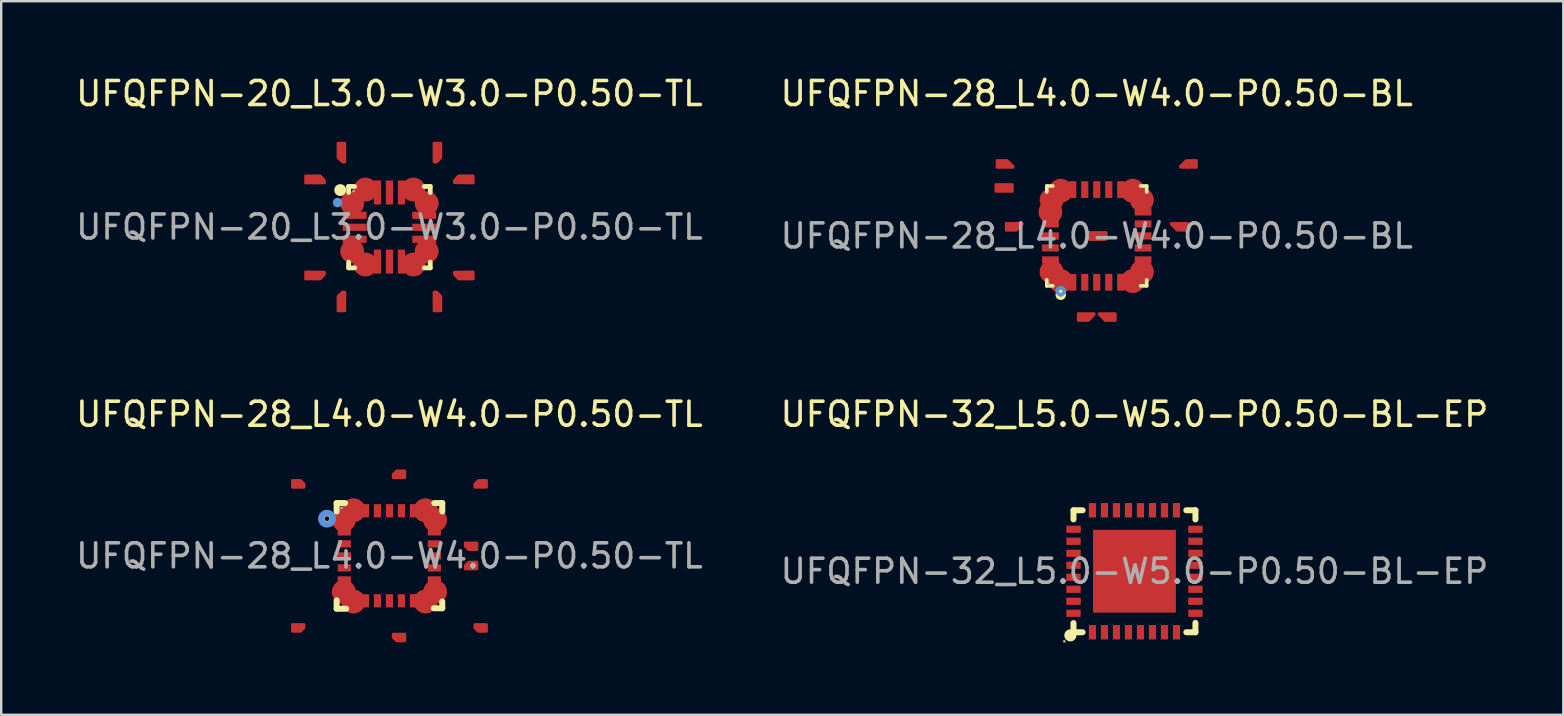
<source format=kicad_pcb>
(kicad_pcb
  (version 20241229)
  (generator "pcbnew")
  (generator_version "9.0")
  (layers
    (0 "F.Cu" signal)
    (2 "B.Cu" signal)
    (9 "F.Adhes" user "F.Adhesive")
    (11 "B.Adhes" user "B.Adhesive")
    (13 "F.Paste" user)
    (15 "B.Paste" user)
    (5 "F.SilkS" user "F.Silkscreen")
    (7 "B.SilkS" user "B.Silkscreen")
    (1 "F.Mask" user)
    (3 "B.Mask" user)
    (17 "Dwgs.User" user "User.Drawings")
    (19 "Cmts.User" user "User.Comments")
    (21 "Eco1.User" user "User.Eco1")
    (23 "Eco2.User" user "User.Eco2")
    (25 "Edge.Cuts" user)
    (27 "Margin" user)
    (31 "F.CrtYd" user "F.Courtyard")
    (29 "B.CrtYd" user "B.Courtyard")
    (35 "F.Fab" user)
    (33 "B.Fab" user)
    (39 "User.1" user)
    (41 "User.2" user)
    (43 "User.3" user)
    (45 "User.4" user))
  (footprint "UFQFPN-32_L5.0-W5.0-P0.50-BL-EP"
    (layer "F.Cu")
    (at 44.208 20.747)
    (property "Reference" "UFQFPN-32_L5.0-W5.0-P0.50-BL-EP" (at 0 -6.54 0) (layer "F.SilkS") (effects (font (size 1 1) (thickness 0.15))))
    (attr through_hole)
    (fp_line (start -2.54 -2.54) (end -2.16 -2.54) (stroke (width 0.25) (type solid)) (layer "F.SilkS"))
    (fp_line (start -2.54 -2.16) (end -2.54 -2.54) (stroke (width 0.25) (type solid)) (layer "F.SilkS"))
    (fp_line (start -2.54 2.54) (end -2.54 2.16) (stroke (width 0.25) (type solid)) (layer "F.SilkS"))
    (fp_line (start -2.16 2.54) (end -2.54 2.54) (stroke (width 0.25) (type solid)) (layer "F.SilkS"))
    (fp_line (start 2.16 -2.54) (end 2.54 -2.54) (stroke (width 0.25) (type solid)) (layer "F.SilkS"))
    (fp_line (start 2.54 -2.54) (end 2.54 -2.16) (stroke (width 0.25) (type solid)) (layer "F.SilkS"))
    (fp_line (start 2.54 2.15) (end 2.54 2.54) (stroke (width 0.25) (type solid)) (layer "F.SilkS"))
    (fp_line (start 2.54 2.54) (end 2.16 2.54) (stroke (width 0.25) (type solid)) (layer "F.SilkS"))
    (fp_circle (center -2.67 2.67) (end -2.54 2.67) (stroke (width 0.25) (type solid)) (fill no) (layer "F.SilkS"))
    (fp_circle (center -2.92 2.92) (end -2.89 2.92) (stroke (width 0.06) (type solid)) (fill no) (layer "F.Fab"))
    (fp_text user "${REFERENCE}" (at 0 0 0) (layer "F.Fab") (effects (font (size 1 1) (thickness 0.15))))
    (pad "1" smd rect (at -1.75 2.54 90) (size 0.6 0.3) (layers "F.Cu" "F.Mask" "F.Paste"))
    (pad "2" smd rect (at -1.25 2.54 90) (size 0.6 0.3) (layers "F.Cu" "F.Mask" "F.Paste"))
    (pad "3" smd rect (at -0.75 2.54 90) (size 0.6 0.3) (layers "F.Cu" "F.Mask" "F.Paste"))
    (pad "4" smd rect (at -0.25 2.54 90) (size 0.6 0.3) (layers "F.Cu" "F.Mask" "F.Paste"))
    (pad "5" smd rect (at 0.25 2.54 90) (size 0.6 0.3) (layers "F.Cu" "F.Mask" "F.Paste"))
    (pad "6" smd rect (at 0.75 2.54 90) (size 0.6 0.3) (layers "F.Cu" "F.Mask" "F.Paste"))
    (pad "7" smd rect (at 1.25 2.54 90) (size 0.6 0.3) (layers "F.Cu" "F.Mask" "F.Paste"))
    (pad "8" smd rect (at 1.75 2.54 90) (size 0.6 0.3) (layers "F.Cu" "F.Mask" "F.Paste"))
    (pad "9" smd rect (at 2.54 1.75 180) (size 0.6 0.3) (layers "F.Cu" "F.Mask" "F.Paste"))
    (pad "10" smd rect (at 2.54 1.25 180) (size 0.6 0.3) (layers "F.Cu" "F.Mask" "F.Paste"))
    (pad "11" smd rect (at 2.54 0.75 180) (size 0.6 0.3) (layers "F.Cu" "F.Mask" "F.Paste"))
    (pad "12" smd rect (at 2.54 0.25 180) (size 0.6 0.3) (layers "F.Cu" "F.Mask" "F.Paste"))
    (pad "13" smd rect (at 2.54 -0.25 180) (size 0.6 0.3) (layers "F.Cu" "F.Mask" "F.Paste"))
    (pad "14" smd rect (at 2.54 -0.75 180) (size 0.6 0.3) (layers "F.Cu" "F.Mask" "F.Paste"))
    (pad "15" smd rect (at 2.54 -1.25 180) (size 0.6 0.3) (layers "F.Cu" "F.Mask" "F.Paste"))
    (pad "16" smd rect (at 2.54 -1.75 180) (size 0.6 0.3) (layers "F.Cu" "F.Mask" "F.Paste"))
    (pad "17" smd rect (at 1.75 -2.54 270) (size 0.6 0.3) (layers "F.Cu" "F.Mask" "F.Paste"))
    (pad "18" smd rect (at 1.25 -2.54 270) (size 0.6 0.3) (layers "F.Cu" "F.Mask" "F.Paste"))
    (pad "19" smd rect (at 0.75 -2.54 270) (size 0.6 0.3) (layers "F.Cu" "F.Mask" "F.Paste"))
    (pad "20" smd rect (at 0.25 -2.54 270) (size 0.6 0.3) (layers "F.Cu" "F.Mask" "F.Paste"))
    (pad "21" smd rect (at -0.25 -2.54 270) (size 0.6 0.3) (layers "F.Cu" "F.Mask" "F.Paste"))
    (pad "22" smd rect (at -0.75 -2.54 270) (size 0.6 0.3) (layers "F.Cu" "F.Mask" "F.Paste"))
    (pad "23" smd rect (at -1.25 -2.54 270) (size 0.6 0.3) (layers "F.Cu" "F.Mask" "F.Paste"))
    (pad "24" smd rect (at -1.75 -2.54 270) (size 0.6 0.3) (layers "F.Cu" "F.Mask" "F.Paste"))
    (pad "25" smd rect (at -2.54 -1.75) (size 0.6 0.3) (layers "F.Cu" "F.Mask" "F.Paste"))
    (pad "26" smd rect (at -2.54 -1.25) (size 0.6 0.3) (layers "F.Cu" "F.Mask" "F.Paste"))
    (pad "27" smd rect (at -2.54 -0.75) (size 0.6 0.3) (layers "F.Cu" "F.Mask" "F.Paste"))
    (pad "28" smd rect (at -2.54 -0.25) (size 0.6 0.3) (layers "F.Cu" "F.Mask" "F.Paste"))
    (pad "29" smd rect (at -2.54 0.25) (size 0.6 0.3) (layers "F.Cu" "F.Mask" "F.Paste"))
    (pad "30" smd rect (at -2.54 0.75) (size 0.6 0.3) (layers "F.Cu" "F.Mask" "F.Paste"))
    (pad "31" smd rect (at -2.54 1.25) (size 0.6 0.3) (layers "F.Cu" "F.Mask" "F.Paste"))
    (pad "32" smd rect (at -2.54 1.75) (size 0.6 0.3) (layers "F.Cu" "F.Mask" "F.Paste"))
    (pad "33" smd rect (at 0 0) (size 3.45 3.45) (layers "F.Cu" "F.Mask" "F.Paste")))
  (footprint "UFQFPN-28_L4.0-W4.0-P0.50-BL"
    (layer "F.Cu")
    (at 42.637 6.778)
    (property "Reference" "UFQFPN-28_L4.0-W4.0-P0.50-BL" (at 0 -5.93 0) (layer "F.SilkS") (effects (font (size 1 1) (thickness 0.15))))
    (attr through_hole)
    (fp_line (start -2.08 -2.08) (end -1.83 -2.08) (stroke (width 0.15) (type solid)) (layer "F.SilkS"))
    (fp_line (start -2.08 -1.83) (end -2.08 -2.08) (stroke (width 0.15) (type solid)) (layer "F.SilkS"))
    (fp_line (start -2.08 1.83) (end -2.08 2.08) (stroke (width 0.15) (type solid)) (layer "F.SilkS"))
    (fp_line (start -2.08 2.08) (end -1.83 2.08) (stroke (width 0.15) (type solid)) (layer "F.SilkS"))
    (fp_line (start 2.08 -2.08) (end 1.83 -2.08) (stroke (width 0.15) (type solid)) (layer "F.SilkS"))
    (fp_line (start 2.08 -1.83) (end 2.08 -2.08) (stroke (width 0.15) (type solid)) (layer "F.SilkS"))
    (fp_line (start 2.08 1.83) (end 2.08 2.08) (stroke (width 0.15) (type solid)) (layer "F.SilkS"))
    (fp_line (start 2.08 2.08) (end 1.83 2.08) (stroke (width 0.15) (type solid)) (layer "F.SilkS"))
    (fp_circle (center -1.5 2.45) (end -1.43 2.45) (stroke (width 0.15) (type solid)) (fill no) (layer "F.SilkS"))
    (fp_circle (center -1.5 2.3) (end -1.43 2.3) (stroke (width 0.15) (type solid)) (fill no) (layer "Cmts.User"))
    (fp_circle (center -2 2) (end -1.97 2) (stroke (width 0.06) (type solid)) (fill no) (layer "F.Fab"))
    (fp_text user "${REFERENCE}" (at 0 0 0) (layer "F.Fab") (effects (font (size 1 1) (thickness 0.15))))
    (pad "1" smd custom (at -1.5 1.88 90) (size 1 1) (layers "F.Cu" "F.Mask" "F.Paste") (options (anchor circle)) (primitives (gr_poly (pts (xy -1.65 1.85) (xy -1.65 2.28) (xy -1.35 2.28) (xy -1.35 1.6) (xy -1.4 1.6)) (width 0.1) (fill yes))))
    (pad "2" smd rect (at -1 1.93) (size 0.3 0.7) (layers "F.Cu" "F.Mask" "F.Paste"))
    (pad "3" smd rect (at -0.5 1.93) (size 0.3 0.7) (layers "F.Cu" "F.Mask" "F.Paste"))
    (pad "4" smd rect (at 0 1.93) (size 0.3 0.7) (layers "F.Cu" "F.Mask" "F.Paste"))
    (pad "5" smd rect (at 0.5 1.93) (size 0.3 0.7) (layers "F.Cu" "F.Mask" "F.Paste"))
    (pad "6" smd rect (at 1 1.93) (size 0.3 0.7) (layers "F.Cu" "F.Mask" "F.Paste"))
    (pad "7" smd custom (at 1.5 1.88 270) (size 1 1) (layers "F.Cu" "F.Mask" "F.Paste") (options (anchor circle)) (primitives (gr_poly (pts (xy 1.65 1.85) (xy 1.65 2.28) (xy 1.35 2.28) (xy 1.35 1.6) (xy 1.4 1.6)) (width 0.1) (fill yes))))
    (pad "8" smd custom (at 1.88 1.5 180) (size 1 1) (layers "F.Cu" "F.Mask" "F.Paste") (options (anchor circle)) (primitives (gr_poly (pts (xy 1.85 1.65) (xy 2.28 1.65) (xy 2.28 1.35) (xy 1.6 1.35) (xy 1.6 1.4)) (width 0.1) (fill yes))))
    (pad "9" smd rect (at 1.93 1) (size 0.7 0.3) (layers "F.Cu" "F.Mask" "F.Paste"))
    (pad "10" smd rect (at 1.93 0.5) (size 0.7 0.3) (layers "F.Cu" "F.Mask" "F.Paste"))
    (pad "11" smd rect (at 1.93 0) (size 0.7 0.3) (layers "F.Cu" "F.Mask" "F.Paste"))
    (pad "12" smd rect (at 1.93 -0.5) (size 0.7 0.3) (layers "F.Cu" "F.Mask" "F.Paste"))
    (pad "13" smd rect (at 1.93 -1) (size 0.7 0.3) (layers "F.Cu" "F.Mask" "F.Paste"))
    (pad "14" smd custom (at 1.88 -1.5) (size 1 1) (layers "F.Cu" "F.Mask" "F.Paste") (options (anchor circle)) (primitives (gr_poly (pts (xy 1.85 -1.65) (xy 2.28 -1.65) (xy 2.28 -1.35) (xy 1.6 -1.35) (xy 1.6 -1.4)) (width 0.1) (fill yes))))
    (pad "15" smd custom (at 1.5 -1.88 270) (size 1 1) (layers "F.Cu" "F.Mask" "F.Paste") (options (anchor circle)) (primitives (gr_poly (pts (xy 1.65 -1.85) (xy 1.65 -2.28) (xy 1.35 -2.28) (xy 1.35 -1.6) (xy 1.4 -1.6)) (width 0.1) (fill yes))))
    (pad "16" smd rect (at 1 -1.93) (size 0.3 0.7) (layers "F.Cu" "F.Mask" "F.Paste"))
    (pad "17" smd rect (at 0.5 -1.93) (size 0.3 0.7) (layers "F.Cu" "F.Mask" "F.Paste"))
    (pad "18" smd rect (at 0 -1.93) (size 0.3 0.7) (layers "F.Cu" "F.Mask" "F.Paste"))
    (pad "19" smd rect (at -0.5 -1.93) (size 0.3 0.7) (layers "F.Cu" "F.Mask" "F.Paste"))
    (pad "20" smd rect (at -1 -1.93) (size 0.3 0.7) (layers "F.Cu" "F.Mask" "F.Paste"))
    (pad "21" smd custom (at -1.5 -1.88 90) (size 1 1) (layers "F.Cu" "F.Mask" "F.Paste") (options (anchor circle)) (primitives (gr_poly (pts (xy -1.65 -1.85) (xy -1.65 -2.28) (xy -1.35 -2.28) (xy -1.35 -1.6) (xy -1.4 -1.6)) (width 0.1) (fill yes))))
    (pad "22" smd custom (at -1.88 -1.5) (size 1 1) (layers "F.Cu" "F.Mask" "F.Paste") (options (anchor circle)) (primitives (gr_poly (pts (xy -1.85 -1.65) (xy -2.28 -1.65) (xy -2.28 -1.35) (xy -1.6 -1.35) (xy -1.6 -1.4)) (width 0.1) (fill yes))))
    (pad "23" smd custom (at -1.93 -1) (size 1 1) (layers "F.Cu" "F.Mask" "F.Paste") (options (anchor circle)) (primitives (gr_poly (pts (xy -2.28 -1.15) (xy -1.58 -1.15) (xy -1.58 -0.85) (xy -2.28 -0.85)) (width 0.1) (fill yes))))
    (pad "24" smd rect (at -1.93 -0.5) (size 0.7 0.3) (layers "F.Cu" "F.Mask" "F.Paste"))
    (pad "25" smd rect (at -1.93 0) (size 0.7 0.3) (layers "F.Cu" "F.Mask" "F.Paste"))
    (pad "26" smd rect (at -1.93 0.5) (size 0.7 0.3) (layers "F.Cu" "F.Mask" "F.Paste"))
    (pad "27" smd rect (at -1.93 1) (size 0.7 0.3) (layers "F.Cu" "F.Mask" "F.Paste"))
    (pad "28" smd custom (at -1.88 1.5 180) (size 1 1) (layers "F.Cu" "F.Mask" "F.Paste") (options (anchor circle)) (primitives (gr_poly (pts (xy -1.85 1.65) (xy -2.28 1.65) (xy -2.28 1.35) (xy -1.6 1.35) (xy -1.6 1.4)) (width 0.1) (fill yes)))))
  (footprint "UFQFPN-28_L4.0-W4.0-P0.50-TL"
    (layer "F.Cu")
    (at 13.173 20.107)
    (property "Reference" "UFQFPN-28_L4.0-W4.0-P0.50-TL" (at 0 -5.9 0) (layer "F.SilkS") (effects (font (size 1 1) (thickness 0.15))))
    (attr through_hole)
    (fp_line (start -2.2 -2.2) (end -2.2 -1.85) (stroke (width 0.25) (type solid)) (layer "F.SilkS"))
    (fp_line (start -2.2 1.85) (end -2.2 2.2) (stroke (width 0.25) (type solid)) (layer "F.SilkS"))
    (fp_line (start -2.2 2.2) (end -1.8 2.2) (stroke (width 0.25) (type solid)) (layer "F.SilkS"))
    (fp_line (start -1.85 -2.2) (end -2.2 -2.2) (stroke (width 0.25) (type solid)) (layer "F.SilkS"))
    (fp_line (start 1.87 -2.2) (end 2.2 -2.2) (stroke (width 0.25) (type solid)) (layer "F.SilkS"))
    (fp_line (start 2.2 -2.2) (end 2.2 -1.85) (stroke (width 0.25) (type solid)) (layer "F.SilkS"))
    (fp_line (start 2.2 1.9) (end 2.2 2.18) (stroke (width 0.25) (type solid)) (layer "F.SilkS"))
    (fp_line (start 2.2 2.18) (end 1.85 2.18) (stroke (width 0.25) (type solid)) (layer "F.SilkS"))
    (fp_circle (center -2.6 -1.55) (end -2.5 -1.55) (stroke (width 0.25) (type solid)) (fill no) (layer "F.SilkS"))
    (fp_circle (center -2.6 -1.55) (end -2.48 -1.55) (stroke (width 0.25) (type solid)) (fill no) (layer "Cmts.User"))
    (fp_circle (center -2 -2) (end -1.97 -2) (stroke (width 0.06) (type solid)) (fill no) (layer "F.Fab"))
    (fp_text user "${REFERENCE}" (at 0 0 0) (layer "F.Fab") (effects (font (size 1 1) (thickness 0.15))))
    (pad "1" smd custom (at -1.9 -1.5) (size 1 1) (layers "F.Cu" "F.Mask" "F.Paste") (options (anchor circle)) (primitives (gr_poly (pts (xy -2.15 -1.35) (xy -1.65 -1.35) (xy -1.65 -1.5) (xy -1.8 -1.65) (xy -2.15 -1.65)) (width 0.1) (fill yes))))
    (pad "2" smd rect (at -1.88 -1 90) (size 0.3 0.55) (layers "F.Cu" "F.Mask" "F.Paste"))
    (pad "3" smd rect (at -1.88 -0.5 90) (size 0.3 0.55) (layers "F.Cu" "F.Mask" "F.Paste"))
    (pad "4" smd rect (at -1.88 0 90) (size 0.3 0.55) (layers "F.Cu" "F.Mask" "F.Paste"))
    (pad "5" smd rect (at -1.88 0.5 90) (size 0.3 0.55) (layers "F.Cu" "F.Mask" "F.Paste"))
    (pad "6" smd rect (at -1.88 1 90) (size 0.3 0.55) (layers "F.Cu" "F.Mask" "F.Paste"))
    (pad "7" smd custom (at -1.9 1.5) (size 1 1) (layers "F.Cu" "F.Mask" "F.Paste") (options (anchor circle)) (primitives (gr_poly (pts (xy -2.15 1.35) (xy -1.65 1.35) (xy -1.65 1.5) (xy -1.8 1.65) (xy -2.15 1.65)) (width 0.1) (fill yes))))
    (pad "8" smd custom (at -1.5 1.9 90) (size 1 1) (layers "F.Cu" "F.Mask" "F.Paste") (options (anchor circle)) (primitives (gr_poly (pts (xy -1.35 2.15) (xy -1.35 1.65) (xy -1.5 1.65) (xy -1.65 1.8) (xy -1.65 2.15)) (width 0.1) (fill yes))))
    (pad "9" smd rect (at -1 1.87) (size 0.3 0.55) (layers "F.Cu" "F.Mask" "F.Paste"))
    (pad "10" smd rect (at -0.5 1.87) (size 0.3 0.55) (layers "F.Cu" "F.Mask" "F.Paste"))
    (pad "11" smd rect (at 0 1.87) (size 0.3 0.55) (layers "F.Cu" "F.Mask" "F.Paste"))
    (pad "12" smd rect (at 0.5 1.87) (size 0.3 0.55) (layers "F.Cu" "F.Mask" "F.Paste"))
    (pad "13" smd rect (at 1 1.87) (size 0.3 0.55) (layers "F.Cu" "F.Mask" "F.Paste"))
    (pad "14" smd custom (at 1.5 1.9 90) (size 1 1) (layers "F.Cu" "F.Mask" "F.Paste") (options (anchor circle)) (primitives (gr_poly (pts (xy 1.35 2.15) (xy 1.35 1.65) (xy 1.5 1.65) (xy 1.65 1.8) (xy 1.65 2.15)) (width 0.1) (fill yes))))
    (pad "15" smd custom (at 1.9 1.5) (size 1 1) (layers "F.Cu" "F.Mask" "F.Paste") (options (anchor circle)) (primitives (gr_poly (pts (xy 2.15 1.35) (xy 1.65 1.35) (xy 1.65 1.5) (xy 1.8 1.65) (xy 2.15 1.65)) (width 0.1) (fill yes))))
    (pad "16" smd rect (at 1.87 1 90) (size 0.3 0.55) (layers "F.Cu" "F.Mask" "F.Paste"))
    (pad "17" smd rect (at 1.87 0.5 90) (size 0.3 0.55) (layers "F.Cu" "F.Mask" "F.Paste"))
    (pad "18" smd rect (at 1.87 0 90) (size 0.3 0.55) (layers "F.Cu" "F.Mask" "F.Paste"))
    (pad "19" smd rect (at 1.87 -0.5 90) (size 0.3 0.55) (layers "F.Cu" "F.Mask" "F.Paste"))
    (pad "20" smd rect (at 1.87 -1 90) (size 0.3 0.55) (layers "F.Cu" "F.Mask" "F.Paste"))
    (pad "21" smd custom (at 1.9 -1.5) (size 1 1) (layers "F.Cu" "F.Mask" "F.Paste") (options (anchor circle)) (primitives (gr_poly (pts (xy 2.15 -1.35) (xy 1.65 -1.35) (xy 1.65 -1.5) (xy 1.8 -1.65) (xy 2.15 -1.65)) (width 0.1) (fill yes))))
    (pad "22" smd custom (at 1.5 -1.9 270) (size 1 1) (layers "F.Cu" "F.Mask" "F.Paste") (options (anchor circle)) (primitives (gr_poly (pts (xy 1.35 -2.15) (xy 1.35 -1.65) (xy 1.5 -1.65) (xy 1.65 -1.8) (xy 1.65 -2.15)) (width 0.1) (fill yes))))
    (pad "23" smd rect (at 1 -1.88) (size 0.3 0.55) (layers "F.Cu" "F.Mask" "F.Paste"))
    (pad "24" smd rect (at 0.5 -1.88) (size 0.3 0.55) (layers "F.Cu" "F.Mask" "F.Paste"))
    (pad "25" smd rect (at 0 -1.88) (size 0.3 0.55) (layers "F.Cu" "F.Mask" "F.Paste"))
    (pad "26" smd rect (at -0.5 -1.88) (size 0.3 0.55) (layers "F.Cu" "F.Mask" "F.Paste"))
    (pad "27" smd rect (at -1 -1.88) (size 0.3 0.55) (layers "F.Cu" "F.Mask" "F.Paste"))
    (pad "28" smd custom (at -1.5 -1.9 270) (size 1 1) (layers "F.Cu" "F.Mask" "F.Paste") (options (anchor circle)) (primitives (gr_poly (pts (xy -1.35 -2.15) (xy -1.35 -1.65) (xy -1.5 -1.65) (xy -1.65 -1.8) (xy -1.65 -2.15)) (width 0.1) (fill yes)))))
  (footprint "UFQFPN-20_L3.0-W3.0-P0.50-TL"
    (layer "F.Cu")
    (at 13.173 6.408)
    (property "Reference" "UFQFPN-20_L3.0-W3.0-P0.50-TL" (at 0 -5.56 0) (layer "F.SilkS") (effects (font (size 1 1) (thickness 0.15))))
    (attr through_hole)
    (fp_line (start -1.7 -1.69) (end -1.45 -1.69) (stroke (width 0.2) (type solid)) (layer "F.SilkS"))
    (fp_line (start -1.7 -1.44) (end -1.7 -1.69) (stroke (width 0.2) (type solid)) (layer "F.SilkS"))
    (fp_line (start -1.7 1.46) (end -1.7 1.7) (stroke (width 0.2) (type solid)) (layer "F.SilkS"))
    (fp_line (start -1.7 1.7) (end -1.45 1.7) (stroke (width 0.2) (type solid)) (layer "F.SilkS"))
    (fp_line (start 1.45 -1.69) (end 1.7 -1.69) (stroke (width 0.2) (type solid)) (layer "F.SilkS"))
    (fp_line (start 1.45 1.7) (end 1.7 1.7) (stroke (width 0.2) (type solid)) (layer "F.SilkS"))
    (fp_line (start 1.7 -1.69) (end 1.7 -1.44) (stroke (width 0.2) (type solid)) (layer "F.SilkS"))
    (fp_line (start 1.7 1.7) (end 1.7 1.46) (stroke (width 0.2) (type solid)) (layer "F.SilkS"))
    (fp_arc (start -2.05 -1.54) (mid -2.05 -1.54) (end -2.05 -1.54) (stroke (width 0.25) (type solid)) (layer "F.SilkS"))
    (fp_circle (center -2.16 -1.02) (end -2.06 -1.02) (stroke (width 0.2) (type solid)) (fill no) (layer "Cmts.User"))
    (fp_circle (center -1.5 -1.5) (end -1.47 -1.5) (stroke (width 0.06) (type solid)) (fill no) (layer "F.Fab"))
    (fp_text user "${REFERENCE}" (at 0 0 0) (layer "F.Fab") (effects (font (size 1 1) (thickness 0.15))))
    (pad "1" smd custom (at -1.55 -0.99) (size 1 1) (layers "F.Cu" "F.Mask" "F.Paste") (options (anchor circle)) (primitives (gr_poly (pts (xy -1.95 -1.15) (xy -1.33 -1.15) (xy -1.15 -0.96) (xy -1.15 -0.84) (xy -1.95 -0.84)) (width 0.1) (fill yes))))
    (pad "2" smd rect (at -1.45 -0.49 90) (size 0.3 1) (layers "F.Cu" "F.Mask" "F.Paste"))
    (pad "3" smd rect (at -1.45 0.01 90) (size 0.3 1) (layers "F.Cu" "F.Mask" "F.Paste"))
    (pad "4" smd rect (at -1.45 0.51 90) (size 0.3 1) (layers "F.Cu" "F.Mask" "F.Paste"))
    (pad "5" smd custom (at -1.55 1.01) (size 1 1) (layers "F.Cu" "F.Mask" "F.Paste") (options (anchor circle)) (primitives (gr_poly (pts (xy -1.95 1.16) (xy -1.33 1.16) (xy -1.15 0.97) (xy -1.15 0.86) (xy -1.95 0.85)) (width 0.1) (fill yes))))
    (pad "6" smd custom (at -1 1.56) (size 1 1) (layers "F.Cu" "F.Mask" "F.Paste") (options (anchor circle)) (primitives (gr_poly (pts (xy -1.15 1.94) (xy -1.15 1.32) (xy -0.96 1.14) (xy -0.85 1.14) (xy -0.85 1.94)) (width 0.1) (fill yes))))
    (pad "7" smd rect (at -0.5 1.44) (size 0.3 1) (layers "F.Cu" "F.Mask" "F.Paste"))
    (pad "8" smd rect (at 0 1.44) (size 0.3 1) (layers "F.Cu" "F.Mask" "F.Paste"))
    (pad "9" smd rect (at 0.5 1.44) (size 0.3 1) (layers "F.Cu" "F.Mask" "F.Paste"))
    (pad "10" smd custom (at 1 1.56) (size 1 1) (layers "F.Cu" "F.Mask" "F.Paste") (options (anchor circle)) (primitives (gr_poly (pts (xy 1.15 1.94) (xy 1.15 1.32) (xy 0.97 1.14) (xy 0.85 1.14) (xy 0.85 1.94)) (width 0.1) (fill yes))))
    (pad "11" smd custom (at 1.55 1.01) (size 1 1) (layers "F.Cu" "F.Mask" "F.Paste") (options (anchor circle)) (primitives (gr_poly (pts (xy 1.95 1.16) (xy 1.33 1.16) (xy 1.15 0.97) (xy 1.15 0.86) (xy 1.95 0.85)) (width 0.1) (fill yes))))
    (pad "12" smd rect (at 1.45 0.51 90) (size 0.3 1) (layers "F.Cu" "F.Mask" "F.Paste"))
    (pad "13" smd rect (at 1.45 0.01 90) (size 0.3 1) (layers "F.Cu" "F.Mask" "F.Paste"))
    (pad "14" smd rect (at 1.45 -0.49 90) (size 0.3 1) (layers "F.Cu" "F.Mask" "F.Paste"))
    (pad "15" smd custom (at 1.55 -0.99) (size 1 1) (layers "F.Cu" "F.Mask" "F.Paste") (options (anchor circle)) (primitives (gr_poly (pts (xy 1.95 -1.15) (xy 1.33 -1.15) (xy 1.15 -0.96) (xy 1.15 -0.85) (xy 1.95 -0.84)) (width 0.1) (fill yes))))
    (pad "16" smd custom (at 1 -1.56) (size 1 1) (layers "F.Cu" "F.Mask" "F.Paste") (options (anchor circle)) (primitives (gr_poly (pts (xy 1.15 -1.94) (xy 1.15 -1.32) (xy 0.97 -1.14) (xy 0.85 -1.14) (xy 0.85 -1.94)) (width 0.1) (fill yes))))
    (pad "17" smd rect (at 0.5 -1.44) (size 0.3 1) (layers "F.Cu" "F.Mask" "F.Paste"))
    (pad "18" smd rect (at 0 -1.44) (size 0.3 1) (layers "F.Cu" "F.Mask" "F.Paste"))
    (pad "19" smd rect (at -0.5 -1.44) (size 0.3 1) (layers "F.Cu" "F.Mask" "F.Paste"))
    (pad "20" smd custom (at -1 -1.56) (size 1 1) (layers "F.Cu" "F.Mask" "F.Paste") (options (anchor circle)) (primitives (gr_poly (pts (xy -1.15 -1.94) (xy -1.15 -1.32) (xy -0.96 -1.14) (xy -0.85 -1.14) (xy -0.85 -1.94)) (width 0.1) (fill yes)))))
  (gr_rect
    (start -3 -3)
    (end 62.071 26.727)
    (stroke (width 0.1) (type default))
    (fill no)
    (layer "Edge.Cuts")))
</source>
